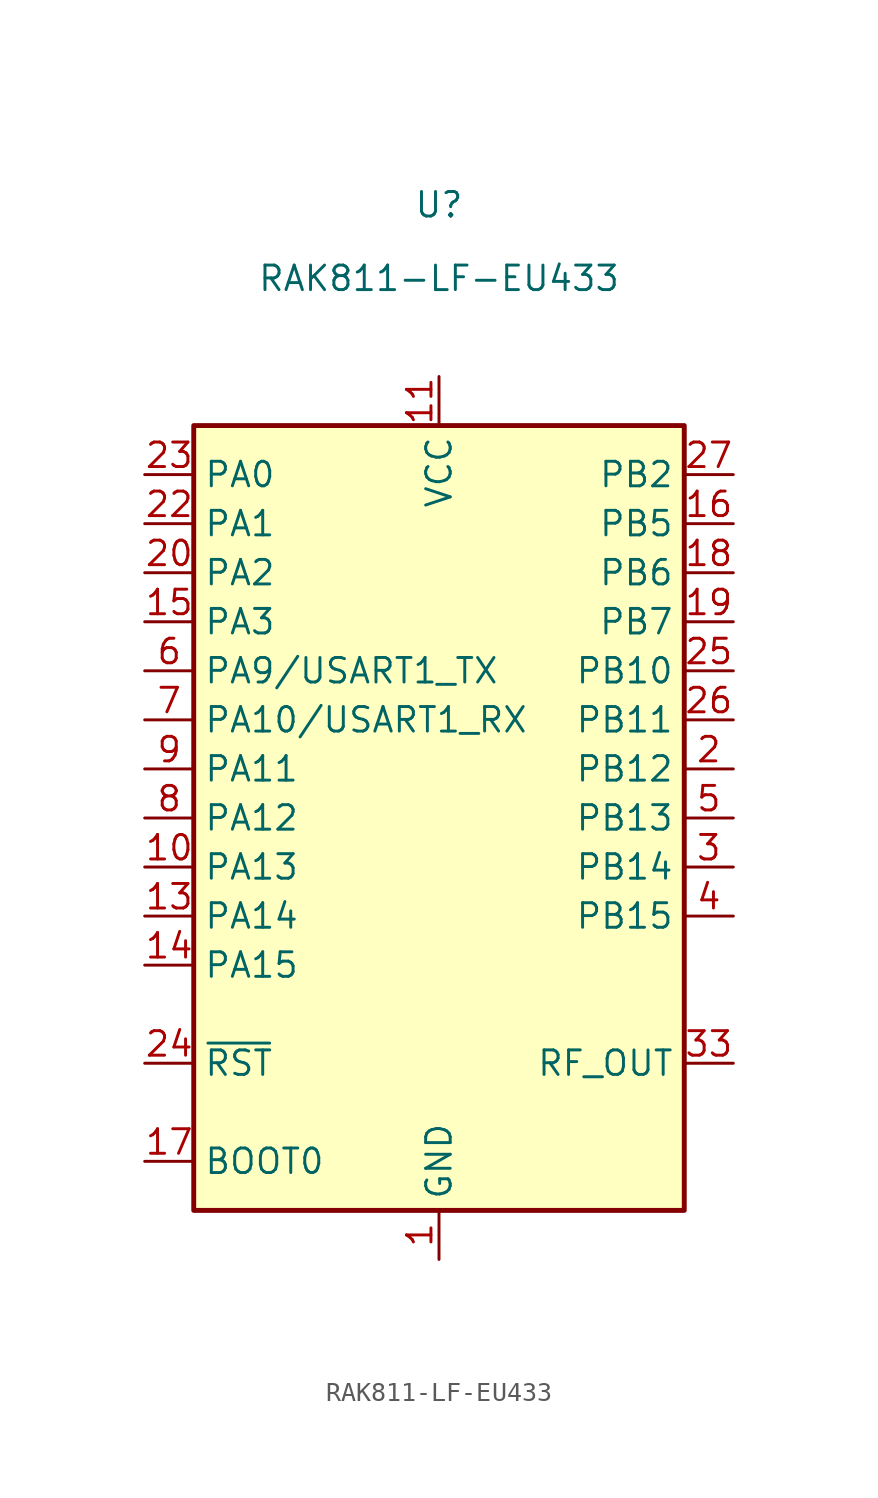
<source format=kicad_sym>
(kicad_symbol_lib
  (version 20200908)
  (generator kicad_symbol_editor)
  (symbol "RF_Module:RAK811-LF-EU433"
    (property "Reference" "U"
      (at 0 31.75 0)
      (effects (font (size 1.27 1.27))))
    (property "Value" "RAK811-LF-EU433"
      (at 0 27.94 0)
      (effects (font (size 1.27 1.27))))
    (symbol "RAK811-LF-EU433_0_1"
      (rectangle (start 12.7 -20.32) (end -12.7 20.32) (stroke (width 0.254)) (fill (type background))))
    (symbol "RAK811-LF-EU433_0_0"
      (pin power_in line (at 0 -22.86 90) (length 2.54) (name "GND" (effects (font (size 1.27 1.27)))) (number "1" (effects (font (size 1.27 1.27)))))
      (pin bidirectional line (at -15.24 -2.54 0) (length 2.54) (name "PA13" (effects (font (size 1.27 1.27)))) (number "10" (effects (font (size 1.27 1.27)))))
      (pin power_in line (at 0 22.86 270) (length 2.54) (name "VCC" (effects (font (size 1.27 1.27)))) (number "11" (effects (font (size 1.27 1.27)))))
      (pin passive line (at 0 -22.86 90) (length 2.54) hide (name "GND" (effects (font (size 1.27 1.27)))) (number "12" (effects (font (size 1.27 1.27)))))
      (pin bidirectional line (at -15.24 -5.08 0) (length 2.54) (name "PA14" (effects (font (size 1.27 1.27)))) (number "13" (effects (font (size 1.27 1.27)))))
      (pin bidirectional line (at -15.24 -7.62 0) (length 2.54) (name "PA15" (effects (font (size 1.27 1.27)))) (number "14" (effects (font (size 1.27 1.27)))))
      (pin bidirectional line (at -15.24 10.16 0) (length 2.54) (name "PA3" (effects (font (size 1.27 1.27)))) (number "15" (effects (font (size 1.27 1.27)))))
      (pin bidirectional line (at 15.24 15.24 180) (length 2.54) (name "PB5" (effects (font (size 1.27 1.27)))) (number "16" (effects (font (size 1.27 1.27)))))
      (pin input line (at -15.24 -17.78 0) (length 2.54) (name "BOOT0" (effects (font (size 1.27 1.27)))) (number "17" (effects (font (size 1.27 1.27)))))
      (pin bidirectional line (at 15.24 12.7 180) (length 2.54) (name "PB6" (effects (font (size 1.27 1.27)))) (number "18" (effects (font (size 1.27 1.27)))))
      (pin bidirectional line (at 15.24 10.16 180) (length 2.54) (name "PB7" (effects (font (size 1.27 1.27)))) (number "19" (effects (font (size 1.27 1.27)))))
      (pin bidirectional line (at 15.24 2.54 180) (length 2.54) (name "PB12" (effects (font (size 1.27 1.27)))) (number "2" (effects (font (size 1.27 1.27)))))
      (pin bidirectional line (at -15.24 12.7 0) (length 2.54) (name "PA2" (effects (font (size 1.27 1.27)))) (number "20" (effects (font (size 1.27 1.27)))))
      (pin passive line (at 0 -22.86 90) (length 2.54) hide (name "GND" (effects (font (size 1.27 1.27)))) (number "21" (effects (font (size 1.27 1.27)))))
      (pin bidirectional line (at -15.24 15.24 0) (length 2.54) (name "PA1" (effects (font (size 1.27 1.27)))) (number "22" (effects (font (size 1.27 1.27)))))
      (pin bidirectional line (at -15.24 17.78 0) (length 2.54) (name "PA0" (effects (font (size 1.27 1.27)))) (number "23" (effects (font (size 1.27 1.27)))))
      (pin input line (at -15.24 -12.7 0) (length 2.54) (name "~RST" (effects (font (size 1.27 1.27)))) (number "24" (effects (font (size 1.27 1.27)))))
      (pin bidirectional line (at 15.24 7.62 180) (length 2.54) (name "PB10" (effects (font (size 1.27 1.27)))) (number "25" (effects (font (size 1.27 1.27)))))
      (pin bidirectional line (at 15.24 5.08 180) (length 2.54) (name "PB11" (effects (font (size 1.27 1.27)))) (number "26" (effects (font (size 1.27 1.27)))))
      (pin bidirectional line (at 15.24 17.78 180) (length 2.54) (name "PB2" (effects (font (size 1.27 1.27)))) (number "27" (effects (font (size 1.27 1.27)))))
      (pin passive line (at 0 -22.86 90) (length 2.54) hide (name "GND" (effects (font (size 1.27 1.27)))) (number "28" (effects (font (size 1.27 1.27)))))
      (pin passive line (at 0 -22.86 90) (length 2.54) hide (name "GND" (effects (font (size 1.27 1.27)))) (number "29" (effects (font (size 1.27 1.27)))))
      (pin bidirectional line (at 15.24 -2.54 180) (length 2.54) (name "PB14" (effects (font (size 1.27 1.27)))) (number "3" (effects (font (size 1.27 1.27)))))
      (pin passive line (at 0 -22.86 90) (length 2.54) hide (name "GND" (effects (font (size 1.27 1.27)))) (number "30" (effects (font (size 1.27 1.27)))))
      (pin passive line (at 0 -22.86 90) (length 2.54) hide (name "GND" (effects (font (size 1.27 1.27)))) (number "31" (effects (font (size 1.27 1.27)))))
      (pin passive line (at 0 -22.86 90) (length 2.54) hide (name "GND" (effects (font (size 1.27 1.27)))) (number "32" (effects (font (size 1.27 1.27)))))
      (pin passive line (at 15.24 -12.7 180) (length 2.54) (name "RF_OUT" (effects (font (size 1.27 1.27)))) (number "33" (effects (font (size 1.27 1.27)))))
      (pin passive line (at 0 -22.86 90) (length 2.54) hide (name "GND" (effects (font (size 1.27 1.27)))) (number "34" (effects (font (size 1.27 1.27)))))
      (pin bidirectional line (at 15.24 -5.08 180) (length 2.54) (name "PB15" (effects (font (size 1.27 1.27)))) (number "4" (effects (font (size 1.27 1.27)))))
      (pin bidirectional line (at 15.24 0 180) (length 2.54) (name "PB13" (effects (font (size 1.27 1.27)))) (number "5" (effects (font (size 1.27 1.27)))))
      (pin bidirectional line (at -15.24 7.62 0) (length 2.54) (name "PA9/USART1_TX" (effects (font (size 1.27 1.27)))) (number "6" (effects (font (size 1.27 1.27)))))
      (pin bidirectional line (at -15.24 5.08 0) (length 2.54) (name "PA10/USART1_RX" (effects (font (size 1.27 1.27)))) (number "7" (effects (font (size 1.27 1.27)))))
      (pin bidirectional line (at -15.24 0 0) (length 2.54) (name "PA12" (effects (font (size 1.27 1.27)))) (number "8" (effects (font (size 1.27 1.27)))))
      (pin bidirectional line (at -15.24 2.54 0) (length 2.54) (name "PA11" (effects (font (size 1.27 1.27)))) (number "9" (effects (font (size 1.27 1.27))))))))
</source>
